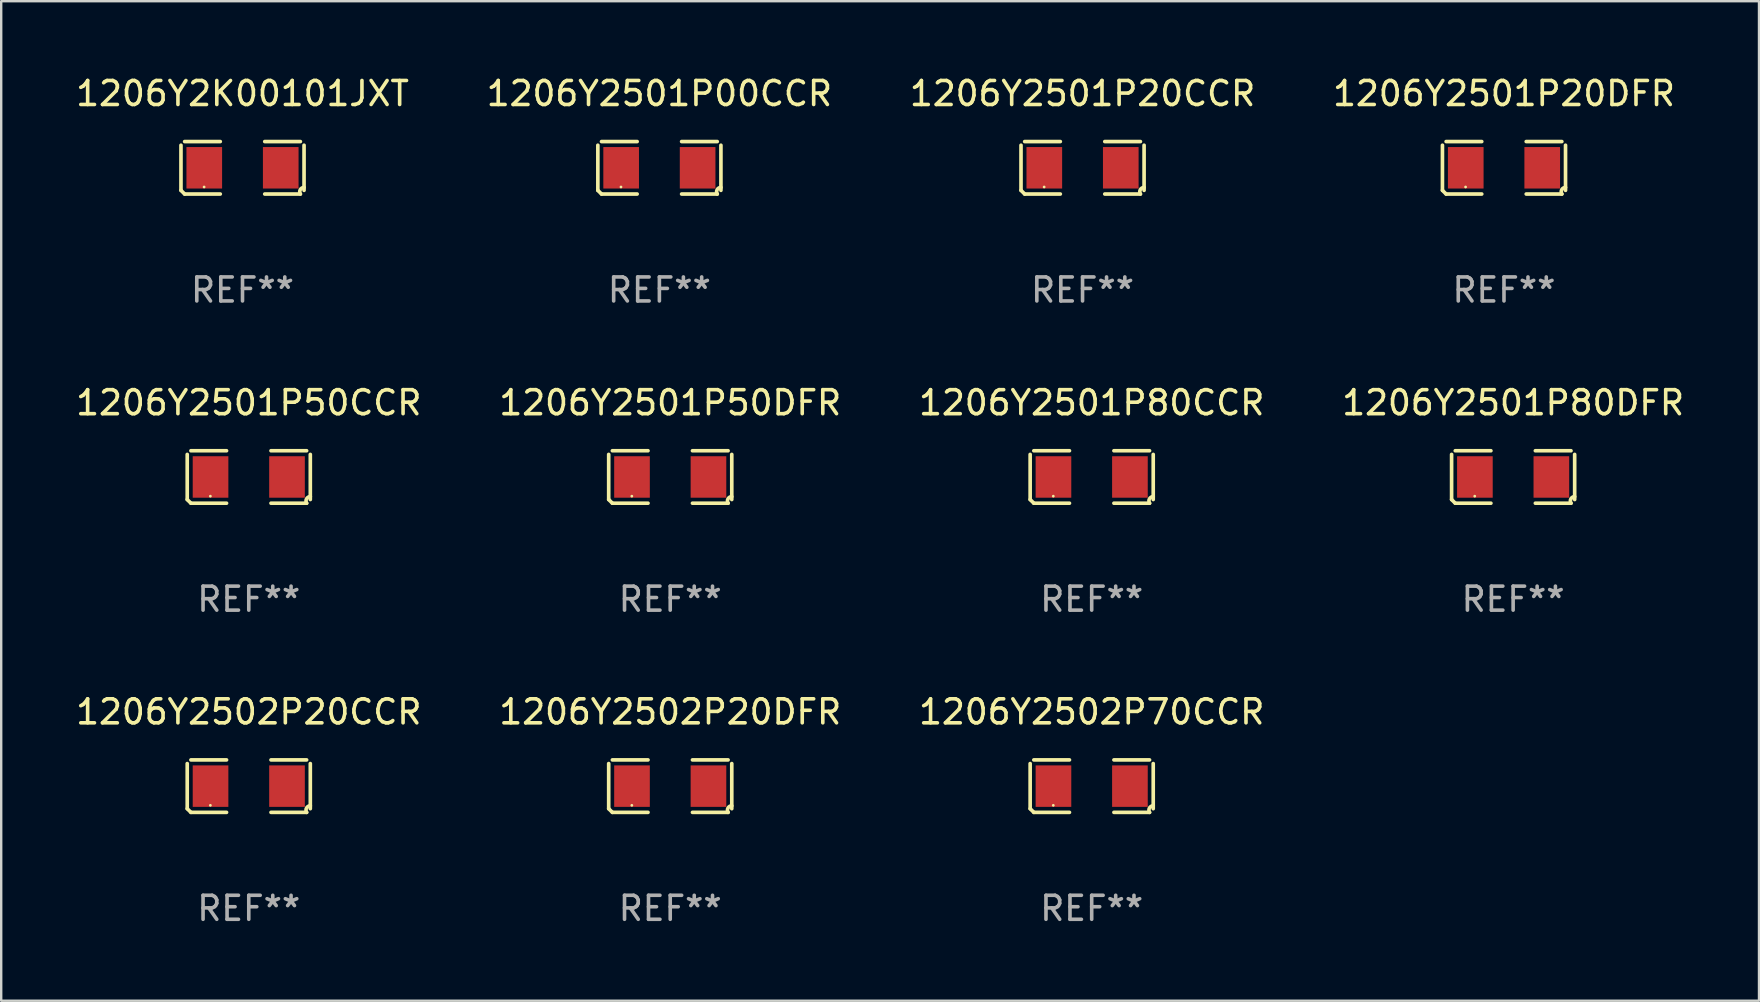
<source format=kicad_pcb>
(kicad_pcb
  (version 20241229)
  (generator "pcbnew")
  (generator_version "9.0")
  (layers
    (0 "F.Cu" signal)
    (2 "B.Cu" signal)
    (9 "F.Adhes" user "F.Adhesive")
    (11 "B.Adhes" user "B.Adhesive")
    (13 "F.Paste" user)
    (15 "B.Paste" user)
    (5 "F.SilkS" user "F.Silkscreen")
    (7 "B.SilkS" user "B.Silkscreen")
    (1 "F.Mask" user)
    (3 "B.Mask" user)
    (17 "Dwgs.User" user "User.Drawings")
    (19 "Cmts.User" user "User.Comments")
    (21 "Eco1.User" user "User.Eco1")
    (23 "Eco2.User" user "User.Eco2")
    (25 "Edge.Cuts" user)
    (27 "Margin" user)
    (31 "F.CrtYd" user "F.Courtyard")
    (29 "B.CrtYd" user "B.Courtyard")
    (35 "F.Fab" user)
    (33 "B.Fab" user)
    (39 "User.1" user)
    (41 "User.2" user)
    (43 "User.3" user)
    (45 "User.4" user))
  (footprint "1206Y2K00101JXT"
    (layer "F.Cu")
    (at 7.054 3.941)
    (property "Reference" "1206Y2K00101JXT" (at 0 -3.093 0) (layer "F.SilkS") (effects (font (size 1 1) (thickness 0.15))))
    (attr through_hole)
    (fp_line (start -2.564 0.94) (end -2.564 -0.94) (stroke (width 0.152) (type solid)) (layer "F.SilkS"))
    (fp_line (start -2.411 -1.093) (end -0.926 -1.093) (stroke (width 0.152) (type solid)) (layer "F.SilkS"))
    (fp_line (start -0.926 1.093) (end -2.411 1.093) (stroke (width 0.152) (type solid)) (layer "F.SilkS"))
    (fp_line (start 0.926 1.093) (end 2.411 1.093) (stroke (width 0.152) (type solid)) (layer "F.SilkS"))
    (fp_line (start 2.411 -1.093) (end 0.926 -1.093) (stroke (width 0.152) (type solid)) (layer "F.SilkS"))
    (fp_line (start 2.564 0.94) (end 2.564 -0.94) (stroke (width 0.152) (type solid)) (layer "F.SilkS"))
    (fp_arc (start -2.411201 1.092609) (mid -2.487413 1.01642) (end -2.563602 0.940208) (stroke (width 0.1524) (type solid)) (layer "F.SilkS"))
    (fp_arc (start 2.411201 1.092609) (mid 2.407159 0.911226) (end 2.563602 0.819347) (stroke (width 0.1524) (type solid)) (layer "F.SilkS"))
    (fp_circle (center -1.6 0.8) (end -1.57 0.8) (stroke (width 0.06) (type solid)) (fill no) (layer "F.SilkS"))
    (fp_text user "REF**" (at 0 5.093 0) (layer "F.Fab") (effects (font (size 1 1) (thickness 0.15))))
    (pad "1" smd rect (at -1.593 0) (size 1.485 1.728) (layers "F.Cu" "F.Mask" "F.Paste"))
    (pad "2" smd rect (at 1.593 0) (size 1.485 1.728) (layers "F.Cu" "F.Mask" "F.Paste")))
  (footprint "1206Y2502P20CCR"
    (layer "F.Cu")
    (at 7.315 29.704)
    (property "Reference" "1206Y2502P20CCR" (at 0 -3.093 0) (layer "F.SilkS") (effects (font (size 1 1) (thickness 0.15))))
    (attr through_hole)
    (fp_line (start -2.564 0.94) (end -2.564 -0.94) (stroke (width 0.152) (type solid)) (layer "F.SilkS"))
    (fp_line (start -2.411 -1.093) (end -0.926 -1.093) (stroke (width 0.152) (type solid)) (layer "F.SilkS"))
    (fp_line (start -0.926 1.093) (end -2.411 1.093) (stroke (width 0.152) (type solid)) (layer "F.SilkS"))
    (fp_line (start 0.926 1.093) (end 2.411 1.093) (stroke (width 0.152) (type solid)) (layer "F.SilkS"))
    (fp_line (start 2.411 -1.093) (end 0.926 -1.093) (stroke (width 0.152) (type solid)) (layer "F.SilkS"))
    (fp_line (start 2.564 0.94) (end 2.564 -0.94) (stroke (width 0.152) (type solid)) (layer "F.SilkS"))
    (fp_arc (start -2.411201 1.092609) (mid -2.487413 1.01642) (end -2.563602 0.940208) (stroke (width 0.1524) (type solid)) (layer "F.SilkS"))
    (fp_arc (start 2.411201 1.092609) (mid 2.407159 0.911226) (end 2.563602 0.819347) (stroke (width 0.1524) (type solid)) (layer "F.SilkS"))
    (fp_circle (center -1.6 0.8) (end -1.57 0.8) (stroke (width 0.06) (type solid)) (fill no) (layer "F.SilkS"))
    (fp_text user "REF**" (at 0 5.093 0) (layer "F.Fab") (effects (font (size 1 1) (thickness 0.15))))
    (pad "1" smd rect (at -1.593 0) (size 1.485 1.728) (layers "F.Cu" "F.Mask" "F.Paste"))
    (pad "2" smd rect (at 1.593 0) (size 1.485 1.728) (layers "F.Cu" "F.Mask" "F.Paste")))
  (footprint "1206Y2501P80CCR"
    (layer "F.Cu")
    (at 42.435 16.823)
    (property "Reference" "1206Y2501P80CCR" (at 0 -3.093 0) (layer "F.SilkS") (effects (font (size 1 1) (thickness 0.15))))
    (attr through_hole)
    (fp_line (start -2.564 0.94) (end -2.564 -0.94) (stroke (width 0.152) (type solid)) (layer "F.SilkS"))
    (fp_line (start -2.411 -1.093) (end -0.926 -1.093) (stroke (width 0.152) (type solid)) (layer "F.SilkS"))
    (fp_line (start -0.926 1.093) (end -2.411 1.093) (stroke (width 0.152) (type solid)) (layer "F.SilkS"))
    (fp_line (start 0.926 1.093) (end 2.411 1.093) (stroke (width 0.152) (type solid)) (layer "F.SilkS"))
    (fp_line (start 2.411 -1.093) (end 0.926 -1.093) (stroke (width 0.152) (type solid)) (layer "F.SilkS"))
    (fp_line (start 2.564 0.94) (end 2.564 -0.94) (stroke (width 0.152) (type solid)) (layer "F.SilkS"))
    (fp_arc (start -2.411201 1.092609) (mid -2.487413 1.01642) (end -2.563602 0.940208) (stroke (width 0.1524) (type solid)) (layer "F.SilkS"))
    (fp_arc (start 2.411201 1.092609) (mid 2.407159 0.911226) (end 2.563602 0.819347) (stroke (width 0.1524) (type solid)) (layer "F.SilkS"))
    (fp_circle (center -1.6 0.8) (end -1.57 0.8) (stroke (width 0.06) (type solid)) (fill no) (layer "F.SilkS"))
    (fp_text user "REF**" (at 0 5.093 0) (layer "F.Fab") (effects (font (size 1 1) (thickness 0.15))))
    (pad "1" smd rect (at -1.593 0) (size 1.485 1.728) (layers "F.Cu" "F.Mask" "F.Paste"))
    (pad "2" smd rect (at 1.593 0) (size 1.485 1.728) (layers "F.Cu" "F.Mask" "F.Paste")))
  (footprint "1206Y2502P70CCR"
    (layer "F.Cu")
    (at 42.435 29.704)
    (property "Reference" "1206Y2502P70CCR" (at 0 -3.093 0) (layer "F.SilkS") (effects (font (size 1 1) (thickness 0.15))))
    (attr through_hole)
    (fp_line (start -2.564 0.94) (end -2.564 -0.94) (stroke (width 0.152) (type solid)) (layer "F.SilkS"))
    (fp_line (start -2.411 -1.093) (end -0.926 -1.093) (stroke (width 0.152) (type solid)) (layer "F.SilkS"))
    (fp_line (start -0.926 1.093) (end -2.411 1.093) (stroke (width 0.152) (type solid)) (layer "F.SilkS"))
    (fp_line (start 0.926 1.093) (end 2.411 1.093) (stroke (width 0.152) (type solid)) (layer "F.SilkS"))
    (fp_line (start 2.411 -1.093) (end 0.926 -1.093) (stroke (width 0.152) (type solid)) (layer "F.SilkS"))
    (fp_line (start 2.564 0.94) (end 2.564 -0.94) (stroke (width 0.152) (type solid)) (layer "F.SilkS"))
    (fp_arc (start -2.411201 1.092609) (mid -2.487413 1.01642) (end -2.563602 0.940208) (stroke (width 0.1524) (type solid)) (layer "F.SilkS"))
    (fp_arc (start 2.411201 1.092609) (mid 2.407159 0.911226) (end 2.563602 0.819347) (stroke (width 0.1524) (type solid)) (layer "F.SilkS"))
    (fp_circle (center -1.6 0.8) (end -1.57 0.8) (stroke (width 0.06) (type solid)) (fill no) (layer "F.SilkS"))
    (fp_text user "REF**" (at 0 5.093 0) (layer "F.Fab") (effects (font (size 1 1) (thickness 0.15))))
    (pad "1" smd rect (at -1.593 0) (size 1.485 1.728) (layers "F.Cu" "F.Mask" "F.Paste"))
    (pad "2" smd rect (at 1.593 0) (size 1.485 1.728) (layers "F.Cu" "F.Mask" "F.Paste")))
  (footprint "1206Y2501P20CCR"
    (layer "F.Cu")
    (at 42.054 3.941)
    (property "Reference" "1206Y2501P20CCR" (at 0 -3.093 0) (layer "F.SilkS") (effects (font (size 1 1) (thickness 0.15))))
    (attr through_hole)
    (fp_line (start -2.564 0.94) (end -2.564 -0.94) (stroke (width 0.152) (type solid)) (layer "F.SilkS"))
    (fp_line (start -2.411 -1.093) (end -0.926 -1.093) (stroke (width 0.152) (type solid)) (layer "F.SilkS"))
    (fp_line (start -0.926 1.093) (end -2.411 1.093) (stroke (width 0.152) (type solid)) (layer "F.SilkS"))
    (fp_line (start 0.926 1.093) (end 2.411 1.093) (stroke (width 0.152) (type solid)) (layer "F.SilkS"))
    (fp_line (start 2.411 -1.093) (end 0.926 -1.093) (stroke (width 0.152) (type solid)) (layer "F.SilkS"))
    (fp_line (start 2.564 0.94) (end 2.564 -0.94) (stroke (width 0.152) (type solid)) (layer "F.SilkS"))
    (fp_arc (start -2.411201 1.092609) (mid -2.487413 1.01642) (end -2.563602 0.940208) (stroke (width 0.1524) (type solid)) (layer "F.SilkS"))
    (fp_arc (start 2.411201 1.092609) (mid 2.407159 0.911226) (end 2.563602 0.819347) (stroke (width 0.1524) (type solid)) (layer "F.SilkS"))
    (fp_circle (center -1.6 0.8) (end -1.57 0.8) (stroke (width 0.06) (type solid)) (fill no) (layer "F.SilkS"))
    (fp_text user "REF**" (at 0 5.093 0) (layer "F.Fab") (effects (font (size 1 1) (thickness 0.15))))
    (pad "1" smd rect (at -1.593 0) (size 1.485 1.728) (layers "F.Cu" "F.Mask" "F.Paste"))
    (pad "2" smd rect (at 1.593 0) (size 1.485 1.728) (layers "F.Cu" "F.Mask" "F.Paste")))
  (footprint "1206Y2501P50CCR"
    (layer "F.Cu")
    (at 7.315 16.823)
    (property "Reference" "1206Y2501P50CCR" (at 0 -3.093 0) (layer "F.SilkS") (effects (font (size 1 1) (thickness 0.15))))
    (attr through_hole)
    (fp_line (start -2.564 0.94) (end -2.564 -0.94) (stroke (width 0.152) (type solid)) (layer "F.SilkS"))
    (fp_line (start -2.411 -1.093) (end -0.926 -1.093) (stroke (width 0.152) (type solid)) (layer "F.SilkS"))
    (fp_line (start -0.926 1.093) (end -2.411 1.093) (stroke (width 0.152) (type solid)) (layer "F.SilkS"))
    (fp_line (start 0.926 1.093) (end 2.411 1.093) (stroke (width 0.152) (type solid)) (layer "F.SilkS"))
    (fp_line (start 2.411 -1.093) (end 0.926 -1.093) (stroke (width 0.152) (type solid)) (layer "F.SilkS"))
    (fp_line (start 2.564 0.94) (end 2.564 -0.94) (stroke (width 0.152) (type solid)) (layer "F.SilkS"))
    (fp_arc (start -2.411201 1.092609) (mid -2.487413 1.01642) (end -2.563602 0.940208) (stroke (width 0.1524) (type solid)) (layer "F.SilkS"))
    (fp_arc (start 2.411201 1.092609) (mid 2.407159 0.911226) (end 2.563602 0.819347) (stroke (width 0.1524) (type solid)) (layer "F.SilkS"))
    (fp_circle (center -1.6 0.8) (end -1.57 0.8) (stroke (width 0.06) (type solid)) (fill no) (layer "F.SilkS"))
    (fp_text user "REF**" (at 0 5.093 0) (layer "F.Fab") (effects (font (size 1 1) (thickness 0.15))))
    (pad "1" smd rect (at -1.593 0) (size 1.485 1.728) (layers "F.Cu" "F.Mask" "F.Paste"))
    (pad "2" smd rect (at 1.593 0) (size 1.485 1.728) (layers "F.Cu" "F.Mask" "F.Paste")))
  (footprint "1206Y2502P20DFR"
    (layer "F.Cu")
    (at 24.875 29.704)
    (property "Reference" "1206Y2502P20DFR" (at 0 -3.093 0) (layer "F.SilkS") (effects (font (size 1 1) (thickness 0.15))))
    (attr through_hole)
    (fp_line (start -2.564 0.94) (end -2.564 -0.94) (stroke (width 0.152) (type solid)) (layer "F.SilkS"))
    (fp_line (start -2.411 -1.093) (end -0.926 -1.093) (stroke (width 0.152) (type solid)) (layer "F.SilkS"))
    (fp_line (start -0.926 1.093) (end -2.411 1.093) (stroke (width 0.152) (type solid)) (layer "F.SilkS"))
    (fp_line (start 0.926 1.093) (end 2.411 1.093) (stroke (width 0.152) (type solid)) (layer "F.SilkS"))
    (fp_line (start 2.411 -1.093) (end 0.926 -1.093) (stroke (width 0.152) (type solid)) (layer "F.SilkS"))
    (fp_line (start 2.564 0.94) (end 2.564 -0.94) (stroke (width 0.152) (type solid)) (layer "F.SilkS"))
    (fp_arc (start -2.411201 1.092609) (mid -2.487413 1.01642) (end -2.563602 0.940208) (stroke (width 0.1524) (type solid)) (layer "F.SilkS"))
    (fp_arc (start 2.411201 1.092609) (mid 2.407159 0.911226) (end 2.563602 0.819347) (stroke (width 0.1524) (type solid)) (layer "F.SilkS"))
    (fp_circle (center -1.6 0.8) (end -1.57 0.8) (stroke (width 0.06) (type solid)) (fill no) (layer "F.SilkS"))
    (fp_text user "REF**" (at 0 5.093 0) (layer "F.Fab") (effects (font (size 1 1) (thickness 0.15))))
    (pad "1" smd rect (at -1.593 0) (size 1.485 1.728) (layers "F.Cu" "F.Mask" "F.Paste"))
    (pad "2" smd rect (at 1.593 0) (size 1.485 1.728) (layers "F.Cu" "F.Mask" "F.Paste")))
  (footprint "1206Y2501P50DFR"
    (layer "F.Cu")
    (at 24.875 16.823)
    (property "Reference" "1206Y2501P50DFR" (at 0 -3.093 0) (layer "F.SilkS") (effects (font (size 1 1) (thickness 0.15))))
    (attr through_hole)
    (fp_line (start -2.564 0.94) (end -2.564 -0.94) (stroke (width 0.152) (type solid)) (layer "F.SilkS"))
    (fp_line (start -2.411 -1.093) (end -0.926 -1.093) (stroke (width 0.152) (type solid)) (layer "F.SilkS"))
    (fp_line (start -0.926 1.093) (end -2.411 1.093) (stroke (width 0.152) (type solid)) (layer "F.SilkS"))
    (fp_line (start 0.926 1.093) (end 2.411 1.093) (stroke (width 0.152) (type solid)) (layer "F.SilkS"))
    (fp_line (start 2.411 -1.093) (end 0.926 -1.093) (stroke (width 0.152) (type solid)) (layer "F.SilkS"))
    (fp_line (start 2.564 0.94) (end 2.564 -0.94) (stroke (width 0.152) (type solid)) (layer "F.SilkS"))
    (fp_arc (start -2.411201 1.092609) (mid -2.487413 1.01642) (end -2.563602 0.940208) (stroke (width 0.1524) (type solid)) (layer "F.SilkS"))
    (fp_arc (start 2.411201 1.092609) (mid 2.407159 0.911226) (end 2.563602 0.819347) (stroke (width 0.1524) (type solid)) (layer "F.SilkS"))
    (fp_circle (center -1.6 0.8) (end -1.57 0.8) (stroke (width 0.06) (type solid)) (fill no) (layer "F.SilkS"))
    (fp_text user "REF**" (at 0 5.093 0) (layer "F.Fab") (effects (font (size 1 1) (thickness 0.15))))
    (pad "1" smd rect (at -1.593 0) (size 1.485 1.728) (layers "F.Cu" "F.Mask" "F.Paste"))
    (pad "2" smd rect (at 1.593 0) (size 1.485 1.728) (layers "F.Cu" "F.Mask" "F.Paste")))
  (footprint "1206Y2501P20DFR"
    (layer "F.Cu")
    (at 59.613 3.941)
    (property "Reference" "1206Y2501P20DFR" (at 0 -3.093 0) (layer "F.SilkS") (effects (font (size 1 1) (thickness 0.15))))
    (attr through_hole)
    (fp_line (start -2.564 0.94) (end -2.564 -0.94) (stroke (width 0.152) (type solid)) (layer "F.SilkS"))
    (fp_line (start -2.411 -1.093) (end -0.926 -1.093) (stroke (width 0.152) (type solid)) (layer "F.SilkS"))
    (fp_line (start -0.926 1.093) (end -2.411 1.093) (stroke (width 0.152) (type solid)) (layer "F.SilkS"))
    (fp_line (start 0.926 1.093) (end 2.411 1.093) (stroke (width 0.152) (type solid)) (layer "F.SilkS"))
    (fp_line (start 2.411 -1.093) (end 0.926 -1.093) (stroke (width 0.152) (type solid)) (layer "F.SilkS"))
    (fp_line (start 2.564 0.94) (end 2.564 -0.94) (stroke (width 0.152) (type solid)) (layer "F.SilkS"))
    (fp_arc (start -2.411201 1.092609) (mid -2.487413 1.01642) (end -2.563602 0.940208) (stroke (width 0.1524) (type solid)) (layer "F.SilkS"))
    (fp_arc (start 2.411201 1.092609) (mid 2.407159 0.911226) (end 2.563602 0.819347) (stroke (width 0.1524) (type solid)) (layer "F.SilkS"))
    (fp_circle (center -1.6 0.8) (end -1.57 0.8) (stroke (width 0.06) (type solid)) (fill no) (layer "F.SilkS"))
    (fp_text user "REF**" (at 0 5.093 0) (layer "F.Fab") (effects (font (size 1 1) (thickness 0.15))))
    (pad "1" smd rect (at -1.593 0) (size 1.485 1.728) (layers "F.Cu" "F.Mask" "F.Paste"))
    (pad "2" smd rect (at 1.593 0) (size 1.485 1.728) (layers "F.Cu" "F.Mask" "F.Paste")))
  (footprint "1206Y2501P00CCR"
    (layer "F.Cu")
    (at 24.423 3.941)
    (property "Reference" "1206Y2501P00CCR" (at 0 -3.093 0) (layer "F.SilkS") (effects (font (size 1 1) (thickness 0.15))))
    (attr through_hole)
    (fp_line (start -2.564 0.94) (end -2.564 -0.94) (stroke (width 0.152) (type solid)) (layer "F.SilkS"))
    (fp_line (start -2.411 -1.093) (end -0.926 -1.093) (stroke (width 0.152) (type solid)) (layer "F.SilkS"))
    (fp_line (start -0.926 1.093) (end -2.411 1.093) (stroke (width 0.152) (type solid)) (layer "F.SilkS"))
    (fp_line (start 0.926 1.093) (end 2.411 1.093) (stroke (width 0.152) (type solid)) (layer "F.SilkS"))
    (fp_line (start 2.411 -1.093) (end 0.926 -1.093) (stroke (width 0.152) (type solid)) (layer "F.SilkS"))
    (fp_line (start 2.564 0.94) (end 2.564 -0.94) (stroke (width 0.152) (type solid)) (layer "F.SilkS"))
    (fp_arc (start -2.411201 1.092609) (mid -2.487413 1.01642) (end -2.563602 0.940208) (stroke (width 0.1524) (type solid)) (layer "F.SilkS"))
    (fp_arc (start 2.411201 1.092609) (mid 2.407159 0.911226) (end 2.563602 0.819347) (stroke (width 0.1524) (type solid)) (layer "F.SilkS"))
    (fp_circle (center -1.6 0.8) (end -1.57 0.8) (stroke (width 0.06) (type solid)) (fill no) (layer "F.SilkS"))
    (fp_text user "REF**" (at 0 5.093 0) (layer "F.Fab") (effects (font (size 1 1) (thickness 0.15))))
    (pad "1" smd rect (at -1.593 0) (size 1.485 1.728) (layers "F.Cu" "F.Mask" "F.Paste"))
    (pad "2" smd rect (at 1.593 0) (size 1.485 1.728) (layers "F.Cu" "F.Mask" "F.Paste")))
  (footprint "1206Y2501P80DFR"
    (layer "F.Cu")
    (at 59.994 16.823)
    (property "Reference" "1206Y2501P80DFR" (at 0 -3.093 0) (layer "F.SilkS") (effects (font (size 1 1) (thickness 0.15))))
    (attr through_hole)
    (fp_line (start -2.564 0.94) (end -2.564 -0.94) (stroke (width 0.152) (type solid)) (layer "F.SilkS"))
    (fp_line (start -2.411 -1.093) (end -0.926 -1.093) (stroke (width 0.152) (type solid)) (layer "F.SilkS"))
    (fp_line (start -0.926 1.093) (end -2.411 1.093) (stroke (width 0.152) (type solid)) (layer "F.SilkS"))
    (fp_line (start 0.926 1.093) (end 2.411 1.093) (stroke (width 0.152) (type solid)) (layer "F.SilkS"))
    (fp_line (start 2.411 -1.093) (end 0.926 -1.093) (stroke (width 0.152) (type solid)) (layer "F.SilkS"))
    (fp_line (start 2.564 0.94) (end 2.564 -0.94) (stroke (width 0.152) (type solid)) (layer "F.SilkS"))
    (fp_arc (start -2.411201 1.092609) (mid -2.487413 1.01642) (end -2.563602 0.940208) (stroke (width 0.1524) (type solid)) (layer "F.SilkS"))
    (fp_arc (start 2.411201 1.092609) (mid 2.407159 0.911226) (end 2.563602 0.819347) (stroke (width 0.1524) (type solid)) (layer "F.SilkS"))
    (fp_circle (center -1.6 0.8) (end -1.57 0.8) (stroke (width 0.06) (type solid)) (fill no) (layer "F.SilkS"))
    (fp_text user "REF**" (at 0 5.093 0) (layer "F.Fab") (effects (font (size 1 1) (thickness 0.15))))
    (pad "1" smd rect (at -1.593 0) (size 1.485 1.728) (layers "F.Cu" "F.Mask" "F.Paste"))
    (pad "2" smd rect (at 1.593 0) (size 1.485 1.728) (layers "F.Cu" "F.Mask" "F.Paste")))
  (gr_rect
    (start -3 -3)
    (end 70.238 38.645)
    (stroke (width 0.1) (type default))
    (fill no)
    (layer "Edge.Cuts")))
</source>
